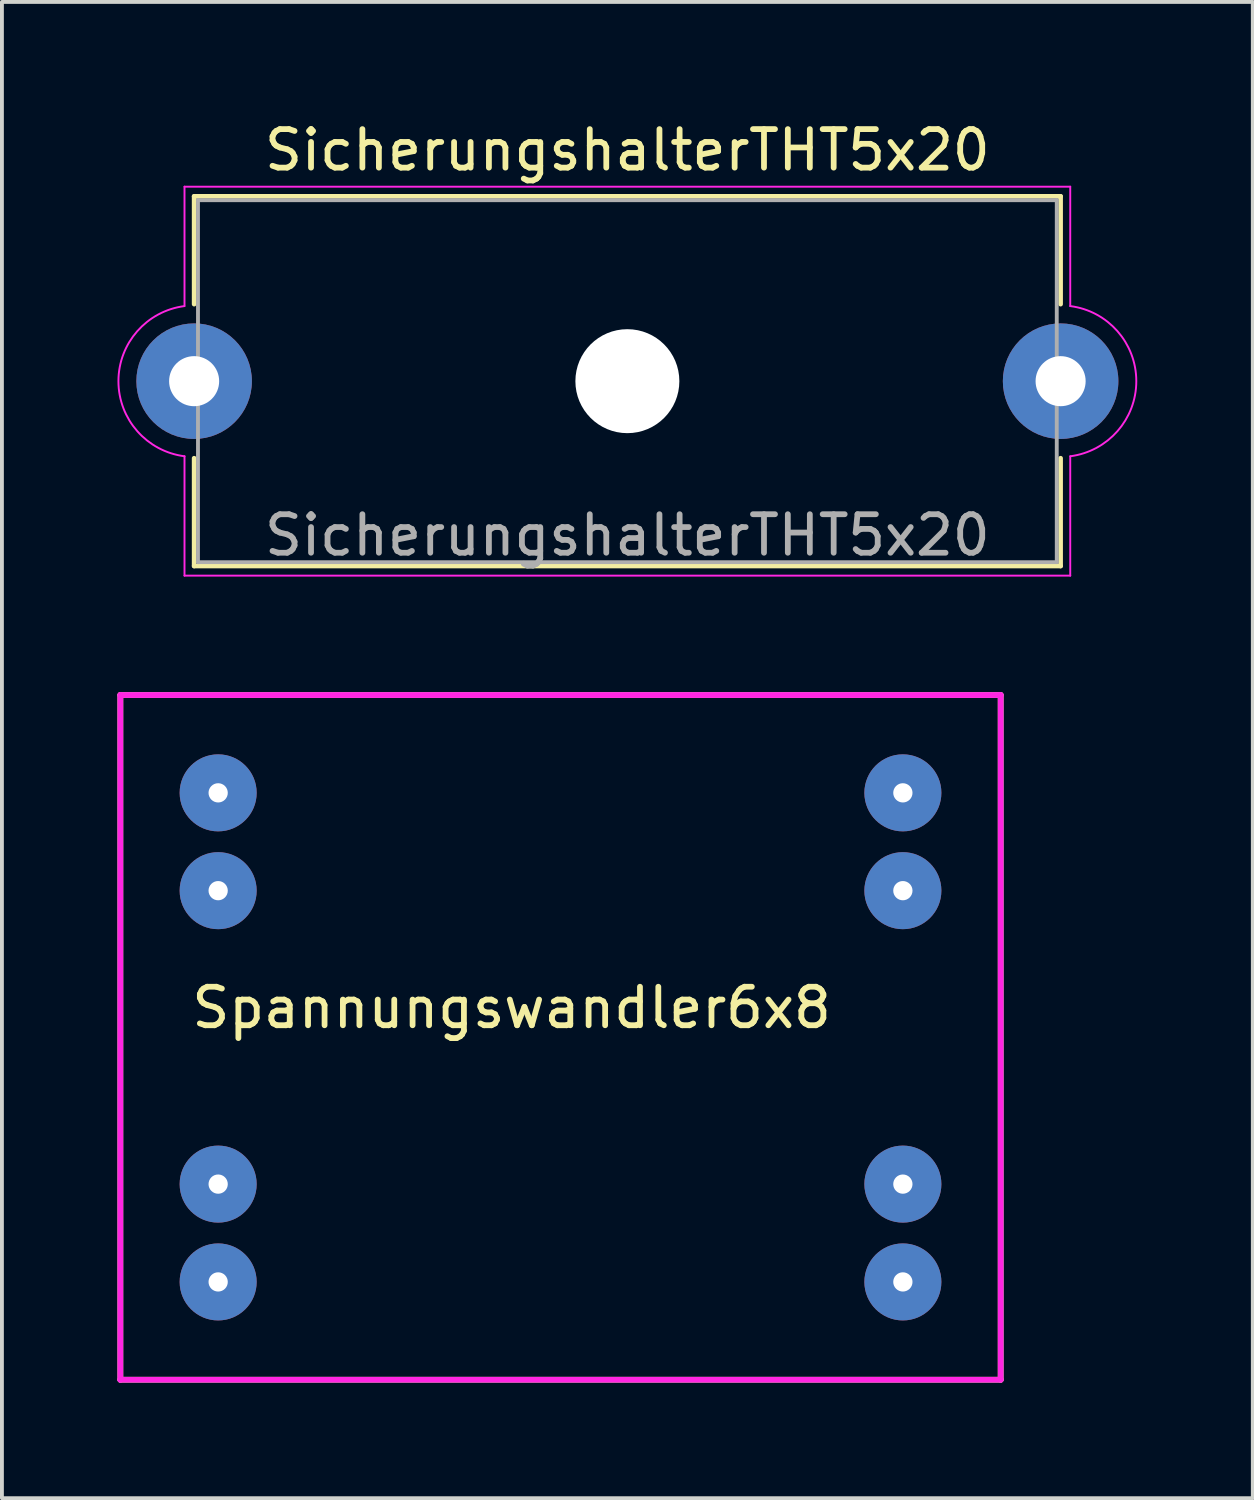
<source format=kicad_pcb>
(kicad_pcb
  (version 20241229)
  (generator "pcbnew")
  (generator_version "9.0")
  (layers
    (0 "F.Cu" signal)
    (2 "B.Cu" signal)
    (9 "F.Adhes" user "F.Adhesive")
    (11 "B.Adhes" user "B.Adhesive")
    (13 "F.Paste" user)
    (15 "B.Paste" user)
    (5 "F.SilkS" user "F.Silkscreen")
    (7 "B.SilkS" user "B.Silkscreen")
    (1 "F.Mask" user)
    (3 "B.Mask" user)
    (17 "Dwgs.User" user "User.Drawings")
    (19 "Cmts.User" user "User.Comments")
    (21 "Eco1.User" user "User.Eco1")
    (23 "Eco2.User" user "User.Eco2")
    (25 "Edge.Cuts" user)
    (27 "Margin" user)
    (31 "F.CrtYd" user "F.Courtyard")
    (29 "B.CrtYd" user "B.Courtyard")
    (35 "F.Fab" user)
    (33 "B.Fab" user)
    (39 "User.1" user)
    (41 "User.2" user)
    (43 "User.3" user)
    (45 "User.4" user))
  (footprint "SicherungshalterTHT5x20"
    (layer "F.Cu")
    (at 1.991 6.848)
    (property "Reference" "SicherungshalterTHT5x20" (at 11.25 -6 0) (layer "F.SilkS") (effects (font (size 1 1) (thickness 0.15))))
    (attr through_hole)
    (fp_line (start 0 -4.8) (end 22.5 -4.8) (stroke (width 0.12) (type solid)) (layer "F.SilkS"))
    (fp_line (start 0 -2) (end 0 -4.8) (stroke (width 0.12) (type solid)) (layer "F.SilkS"))
    (fp_line (start 0 4.8) (end 0 2) (stroke (width 0.12) (type solid)) (layer "F.SilkS"))
    (fp_line (start 0 4.8) (end 22.5 4.8) (stroke (width 0.12) (type solid)) (layer "F.SilkS"))
    (fp_line (start 22.5 -2) (end 22.5 -4.8) (stroke (width 0.12) (type solid)) (layer "F.SilkS"))
    (fp_line (start 22.5 4.8) (end 22.5 2) (stroke (width 0.12) (type solid)) (layer "F.SilkS"))
    (fp_line (start -0.25 -5.05) (end 22.75 -5.05) (stroke (width 0.05) (type solid)) (layer "F.CrtYd"))
    (fp_line (start -0.25 -1.95) (end -0.25 -5.05) (stroke (width 0.05) (type solid)) (layer "F.CrtYd"))
    (fp_line (start -0.25 5.05) (end -0.25 1.95) (stroke (width 0.05) (type solid)) (layer "F.CrtYd"))
    (fp_line (start 22.75 -1.95) (end 22.75 -5.05) (stroke (width 0.05) (type solid)) (layer "F.CrtYd"))
    (fp_line (start 22.75 1.95) (end 22.75 5.05) (stroke (width 0.05) (type solid)) (layer "F.CrtYd"))
    (fp_line (start 22.75 5.05) (end -0.25 5.05) (stroke (width 0.05) (type solid)) (layer "F.CrtYd"))
    (fp_arc (start -0.25 1.95) (mid -1.96596 0.001518) (end -0.253011 -1.949612) (stroke (width 0.05) (type solid)) (layer "F.CrtYd"))
    (fp_arc (start 22.75 -1.95) (mid 24.46596 -0.001518) (end 22.753011 1.949612) (stroke (width 0.05) (type solid)) (layer "F.CrtYd"))
    (fp_line (start 0.1 -4.7) (end 0.1 4.7) (stroke (width 0.1) (type solid)) (layer "F.Fab"))
    (fp_line (start 0.1 4.7) (end 22.4 4.7) (stroke (width 0.1) (type solid)) (layer "F.Fab"))
    (fp_line (start 22.4 -4.7) (end 0.1 -4.7) (stroke (width 0.1) (type solid)) (layer "F.Fab"))
    (fp_line (start 22.4 4.7) (end 22.4 -4.7) (stroke (width 0.1) (type solid)) (layer "F.Fab"))
    (fp_text user "${REFERENCE}" (at 11.25 4 0) (layer "F.Fab") (effects (font (size 1 1) (thickness 0.15))))
    (pad "" np_thru_hole circle (at 11.25 0) (size 2.7 2.7) (drill 2.7) (layers "*.Cu" "*.Mask"))
    (pad "1" thru_hole circle (at 0 0) (size 3 3) (drill 1.3) (layers "*.Cu" "*.Mask"))
    (pad "2" thru_hole circle (at 22.5 0) (size 3 3) (drill 1.3) (layers "*.Cu" "*.Mask")))
  (footprint "Spannungswandler6x8"
    (layer "F.Cu")
    (at 10.235 22.618)
    (property "Reference" "Spannungswandler6x8" (at 0 0.5 0) (layer "F.SilkS") (effects (font (size 1 1) (thickness 0.15))))
    (attr through_hole)
    (fp_line (start -10.16 -7.62) (end 12.7 -7.62) (stroke (width 0.15) (type solid)) (layer "F.SilkS"))
    (fp_line (start -10.16 10.16) (end -10.16 -7.62) (stroke (width 0.15) (type solid)) (layer "F.SilkS"))
    (fp_line (start 12.7 -7.62) (end 12.7 10.16) (stroke (width 0.15) (type solid)) (layer "F.SilkS"))
    (fp_line (start 12.7 10.16) (end -10.16 10.16) (stroke (width 0.15) (type solid)) (layer "F.SilkS"))
    (fp_line (start -10.16 -7.62) (end 12.7 -7.62) (stroke (width 0.15) (type solid)) (layer "F.CrtYd"))
    (fp_line (start -10.16 10.16) (end -10.16 -7.62) (stroke (width 0.15) (type solid)) (layer "F.CrtYd"))
    (fp_line (start 12.7 -7.62) (end 12.7 10.16) (stroke (width 0.15) (type solid)) (layer "F.CrtYd"))
    (fp_line (start 12.7 10.16) (end -10.16 10.16) (stroke (width 0.15) (type solid)) (layer "F.CrtYd"))
    (pad "1" thru_hole circle (at -7.62 -5.08) (size 2 2) (drill 0.5) (layers "*.Cu" "*.Mask"))
    (pad "1" thru_hole circle (at -7.62 -2.54) (size 2 2) (drill 0.5) (layers "*.Cu" "*.Mask"))
    (pad "2" thru_hole circle (at -7.62 5.08) (size 2 2) (drill 0.5) (layers "*.Cu" "*.Mask"))
    (pad "2" thru_hole circle (at -7.62 7.62) (size 2 2) (drill 0.5) (layers "*.Cu" "*.Mask"))
    (pad "3" thru_hole circle (at 10.16 -5.08) (size 2 2) (drill 0.5) (layers "*.Cu" "*.Mask"))
    (pad "3" thru_hole circle (at 10.16 -2.54) (size 2 2) (drill 0.5) (layers "*.Cu" "*.Mask"))
    (pad "4" thru_hole circle (at 10.16 5.08) (size 2 2) (drill 0.5) (layers "*.Cu" "*.Mask"))
    (pad "4" thru_hole circle (at 10.16 7.62) (size 2 2) (drill 0.5) (layers "*.Cu" "*.Mask")))
  (gr_rect
    (start -3 -3)
    (end 29.482 35.853)
    (stroke (width 0.1) (type default))
    (fill no)
    (layer "Edge.Cuts")))
</source>
